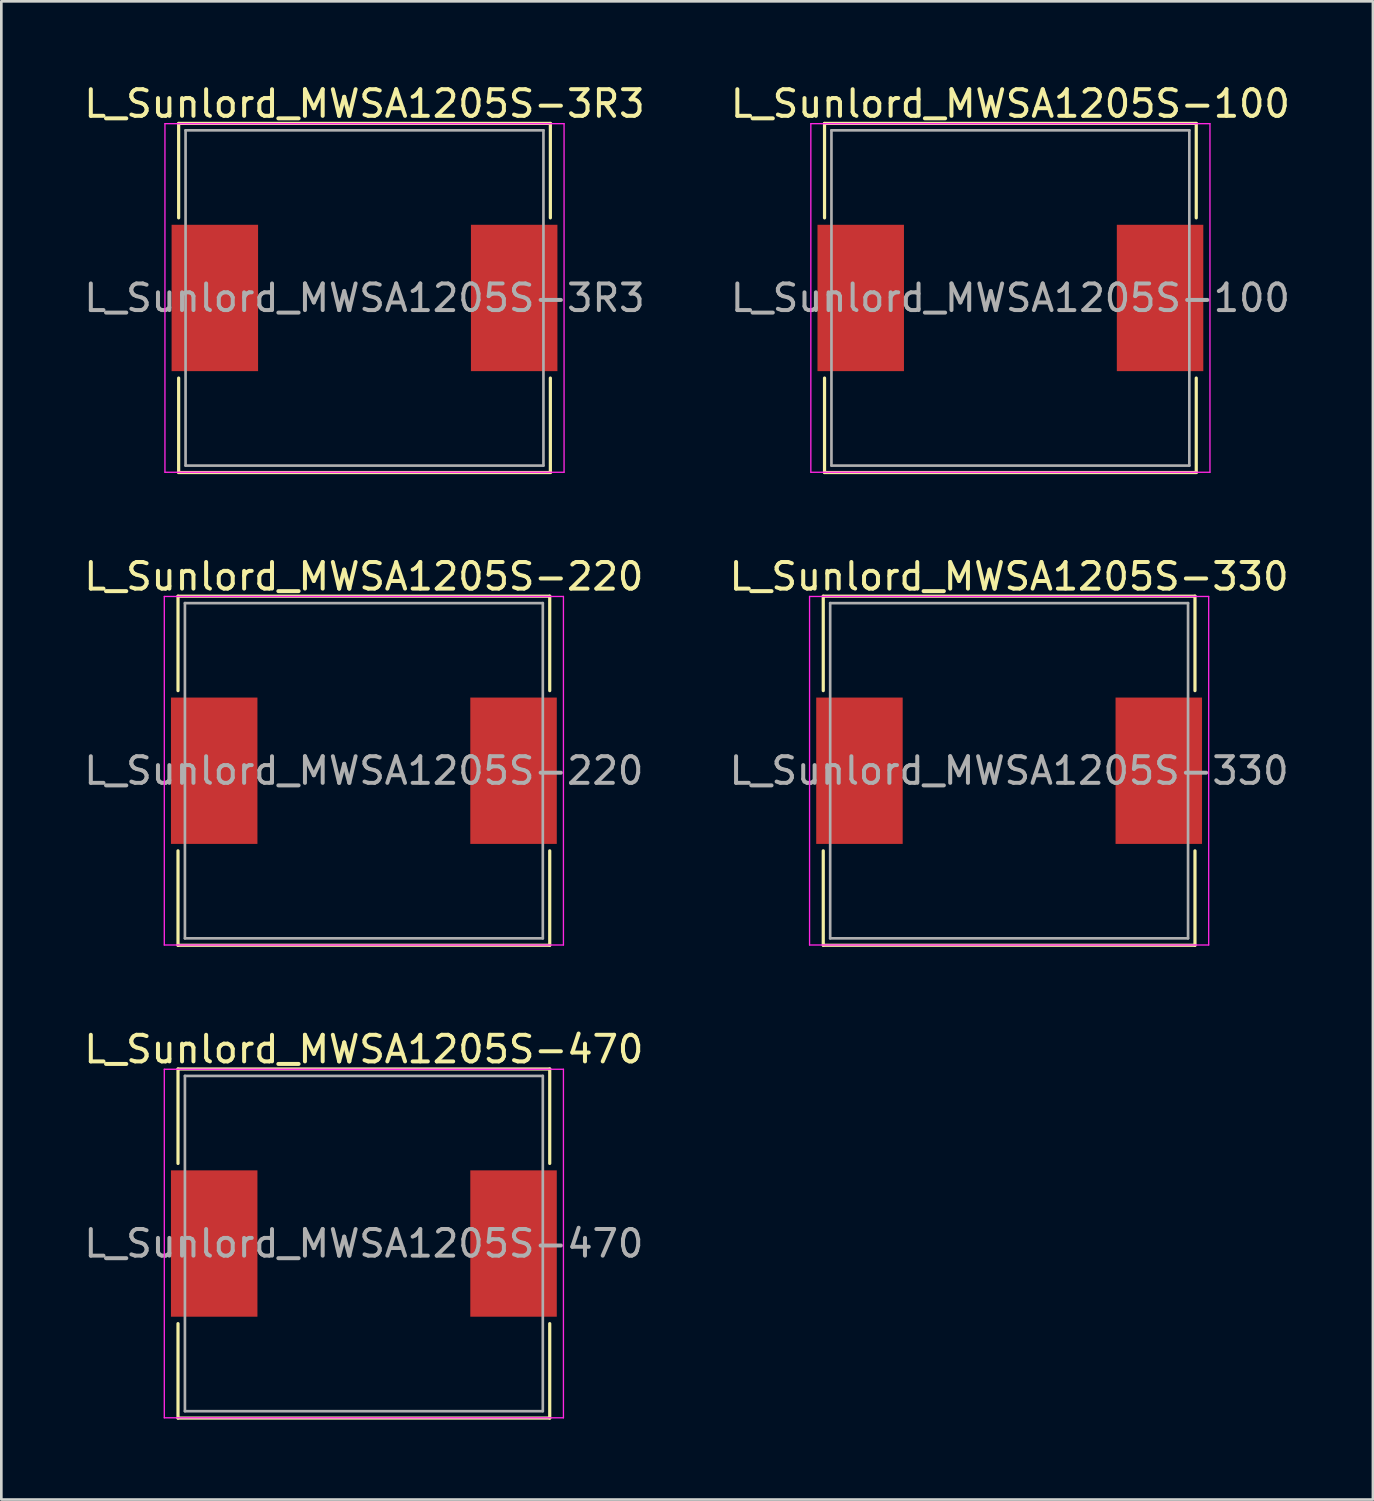
<source format=kicad_pcb>
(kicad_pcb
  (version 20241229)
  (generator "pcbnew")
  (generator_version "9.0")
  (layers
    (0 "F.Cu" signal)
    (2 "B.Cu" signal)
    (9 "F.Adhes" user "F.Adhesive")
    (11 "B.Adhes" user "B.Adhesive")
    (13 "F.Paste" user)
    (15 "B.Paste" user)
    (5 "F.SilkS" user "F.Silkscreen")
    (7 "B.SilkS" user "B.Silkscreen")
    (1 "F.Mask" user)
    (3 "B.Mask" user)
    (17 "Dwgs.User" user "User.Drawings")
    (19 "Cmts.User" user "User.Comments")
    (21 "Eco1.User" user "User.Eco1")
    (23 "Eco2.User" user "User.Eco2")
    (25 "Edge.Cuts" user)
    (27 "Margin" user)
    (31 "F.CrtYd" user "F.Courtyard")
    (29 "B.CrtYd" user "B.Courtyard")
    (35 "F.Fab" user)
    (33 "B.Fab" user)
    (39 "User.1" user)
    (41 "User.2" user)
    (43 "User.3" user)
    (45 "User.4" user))
  (footprint "L_Sunlord_MWSA1205S-470"
    (layer "F.Cu")
    (at 10.625 43.685)
    (property "Reference" "L_Sunlord_MWSA1205S-470" (at 0 -7.3 0) (layer "F.SilkS") (effects (font (size 1 1) (thickness 0.15))))
    (attr smd)
    (fp_line (start -6.985 -6.56) (end -6.985 -3.01) (stroke (width 0.12) (type solid)) (layer "F.SilkS"))
    (fp_line (start -6.985 -6.56) (end 6.985 -6.56) (stroke (width 0.12) (type solid)) (layer "F.SilkS"))
    (fp_line (start -6.985 6.56) (end -6.985 3.01) (stroke (width 0.12) (type solid)) (layer "F.SilkS"))
    (fp_line (start -6.985 6.56) (end 6.985 6.56) (stroke (width 0.12) (type solid)) (layer "F.SilkS"))
    (fp_line (start 6.985 -6.56) (end 6.985 -3.01) (stroke (width 0.12) (type solid)) (layer "F.SilkS"))
    (fp_line (start 6.985 6.56) (end 6.985 3.01) (stroke (width 0.12) (type solid)) (layer "F.SilkS"))
    (fp_line (start -7.5 -6.55) (end -7.5 6.55) (stroke (width 0.05) (type solid)) (layer "F.CrtYd"))
    (fp_line (start -7.5 6.55) (end 7.5 6.55) (stroke (width 0.05) (type solid)) (layer "F.CrtYd"))
    (fp_line (start 7.5 -6.55) (end -7.5 -6.55) (stroke (width 0.05) (type solid)) (layer "F.CrtYd"))
    (fp_line (start 7.5 6.55) (end 7.5 -6.55) (stroke (width 0.05) (type solid)) (layer "F.CrtYd"))
    (fp_line (start -6.725 -6.3) (end -6.725 6.3) (stroke (width 0.1) (type solid)) (layer "F.Fab"))
    (fp_line (start -6.725 6.3) (end 6.725 6.3) (stroke (width 0.1) (type solid)) (layer "F.Fab"))
    (fp_line (start 6.725 -6.3) (end -6.725 -6.3) (stroke (width 0.1) (type solid)) (layer "F.Fab"))
    (fp_line (start 6.725 6.3) (end 6.725 -6.3) (stroke (width 0.1) (type solid)) (layer "F.Fab"))
    (fp_text user "${REFERENCE}" (at 0 0 0) (layer "F.Fab") (effects (font (size 1 1) (thickness 0.15))))
    (pad "1" smd rect (at -5.625 0) (size 3.25 5.5) (layers "F.Cu" "F.Mask" "F.Paste"))
    (pad "2" smd rect (at 5.625 0) (size 3.25 5.5) (layers "F.Cu" "F.Mask" "F.Paste")))
  (footprint "L_Sunlord_MWSA1205S-330"
    (layer "F.Cu")
    (at 34.875 25.916)
    (property "Reference" "L_Sunlord_MWSA1205S-330" (at 0 -7.3 0) (layer "F.SilkS") (effects (font (size 1 1) (thickness 0.15))))
    (attr smd)
    (fp_line (start -6.985 -6.56) (end -6.985 -3.01) (stroke (width 0.12) (type solid)) (layer "F.SilkS"))
    (fp_line (start -6.985 -6.56) (end 6.985 -6.56) (stroke (width 0.12) (type solid)) (layer "F.SilkS"))
    (fp_line (start -6.985 6.56) (end -6.985 3.01) (stroke (width 0.12) (type solid)) (layer "F.SilkS"))
    (fp_line (start -6.985 6.56) (end 6.985 6.56) (stroke (width 0.12) (type solid)) (layer "F.SilkS"))
    (fp_line (start 6.985 -6.56) (end 6.985 -3.01) (stroke (width 0.12) (type solid)) (layer "F.SilkS"))
    (fp_line (start 6.985 6.56) (end 6.985 3.01) (stroke (width 0.12) (type solid)) (layer "F.SilkS"))
    (fp_line (start -7.5 -6.55) (end -7.5 6.55) (stroke (width 0.05) (type solid)) (layer "F.CrtYd"))
    (fp_line (start -7.5 6.55) (end 7.5 6.55) (stroke (width 0.05) (type solid)) (layer "F.CrtYd"))
    (fp_line (start 7.5 -6.55) (end -7.5 -6.55) (stroke (width 0.05) (type solid)) (layer "F.CrtYd"))
    (fp_line (start 7.5 6.55) (end 7.5 -6.55) (stroke (width 0.05) (type solid)) (layer "F.CrtYd"))
    (fp_line (start -6.725 -6.3) (end -6.725 6.3) (stroke (width 0.1) (type solid)) (layer "F.Fab"))
    (fp_line (start -6.725 6.3) (end 6.725 6.3) (stroke (width 0.1) (type solid)) (layer "F.Fab"))
    (fp_line (start 6.725 -6.3) (end -6.725 -6.3) (stroke (width 0.1) (type solid)) (layer "F.Fab"))
    (fp_line (start 6.725 6.3) (end 6.725 -6.3) (stroke (width 0.1) (type solid)) (layer "F.Fab"))
    (fp_text user "${REFERENCE}" (at 0 0 0) (layer "F.Fab") (effects (font (size 1 1) (thickness 0.15))))
    (pad "1" smd rect (at -5.625 0) (size 3.25 5.5) (layers "F.Cu" "F.Mask" "F.Paste"))
    (pad "2" smd rect (at 5.625 0) (size 3.25 5.5) (layers "F.Cu" "F.Mask" "F.Paste")))
  (footprint "L_Sunlord_MWSA1205S-3R3"
    (layer "F.Cu")
    (at 10.649 8.148)
    (property "Reference" "L_Sunlord_MWSA1205S-3R3" (at 0 -7.3 0) (layer "F.SilkS") (effects (font (size 1 1) (thickness 0.15))))
    (attr smd)
    (fp_line (start -6.985 -6.56) (end -6.985 -3.01) (stroke (width 0.12) (type solid)) (layer "F.SilkS"))
    (fp_line (start -6.985 -6.56) (end 6.985 -6.56) (stroke (width 0.12) (type solid)) (layer "F.SilkS"))
    (fp_line (start -6.985 6.56) (end -6.985 3.01) (stroke (width 0.12) (type solid)) (layer "F.SilkS"))
    (fp_line (start -6.985 6.56) (end 6.985 6.56) (stroke (width 0.12) (type solid)) (layer "F.SilkS"))
    (fp_line (start 6.985 -6.56) (end 6.985 -3.01) (stroke (width 0.12) (type solid)) (layer "F.SilkS"))
    (fp_line (start 6.985 6.56) (end 6.985 3.01) (stroke (width 0.12) (type solid)) (layer "F.SilkS"))
    (fp_line (start -7.5 -6.55) (end -7.5 6.55) (stroke (width 0.05) (type solid)) (layer "F.CrtYd"))
    (fp_line (start -7.5 6.55) (end 7.5 6.55) (stroke (width 0.05) (type solid)) (layer "F.CrtYd"))
    (fp_line (start 7.5 -6.55) (end -7.5 -6.55) (stroke (width 0.05) (type solid)) (layer "F.CrtYd"))
    (fp_line (start 7.5 6.55) (end 7.5 -6.55) (stroke (width 0.05) (type solid)) (layer "F.CrtYd"))
    (fp_line (start -6.725 -6.3) (end -6.725 6.3) (stroke (width 0.1) (type solid)) (layer "F.Fab"))
    (fp_line (start -6.725 6.3) (end 6.725 6.3) (stroke (width 0.1) (type solid)) (layer "F.Fab"))
    (fp_line (start 6.725 -6.3) (end -6.725 -6.3) (stroke (width 0.1) (type solid)) (layer "F.Fab"))
    (fp_line (start 6.725 6.3) (end 6.725 -6.3) (stroke (width 0.1) (type solid)) (layer "F.Fab"))
    (fp_text user "${REFERENCE}" (at 0 0 0) (layer "F.Fab") (effects (font (size 1 1) (thickness 0.15))))
    (pad "1" smd rect (at -5.625 0) (size 3.25 5.5) (layers "F.Cu" "F.Mask" "F.Paste"))
    (pad "2" smd rect (at 5.625 0) (size 3.25 5.5) (layers "F.Cu" "F.Mask" "F.Paste")))
  (footprint "L_Sunlord_MWSA1205S-100"
    (layer "F.Cu")
    (at 34.923 8.148)
    (property "Reference" "L_Sunlord_MWSA1205S-100" (at 0 -7.3 0) (layer "F.SilkS") (effects (font (size 1 1) (thickness 0.15))))
    (attr smd)
    (fp_line (start -6.985 -6.56) (end -6.985 -3.01) (stroke (width 0.12) (type solid)) (layer "F.SilkS"))
    (fp_line (start -6.985 -6.56) (end 6.985 -6.56) (stroke (width 0.12) (type solid)) (layer "F.SilkS"))
    (fp_line (start -6.985 6.56) (end -6.985 3.01) (stroke (width 0.12) (type solid)) (layer "F.SilkS"))
    (fp_line (start -6.985 6.56) (end 6.985 6.56) (stroke (width 0.12) (type solid)) (layer "F.SilkS"))
    (fp_line (start 6.985 -6.56) (end 6.985 -3.01) (stroke (width 0.12) (type solid)) (layer "F.SilkS"))
    (fp_line (start 6.985 6.56) (end 6.985 3.01) (stroke (width 0.12) (type solid)) (layer "F.SilkS"))
    (fp_line (start -7.5 -6.55) (end -7.5 6.55) (stroke (width 0.05) (type solid)) (layer "F.CrtYd"))
    (fp_line (start -7.5 6.55) (end 7.5 6.55) (stroke (width 0.05) (type solid)) (layer "F.CrtYd"))
    (fp_line (start 7.5 -6.55) (end -7.5 -6.55) (stroke (width 0.05) (type solid)) (layer "F.CrtYd"))
    (fp_line (start 7.5 6.55) (end 7.5 -6.55) (stroke (width 0.05) (type solid)) (layer "F.CrtYd"))
    (fp_line (start -6.725 -6.3) (end -6.725 6.3) (stroke (width 0.1) (type solid)) (layer "F.Fab"))
    (fp_line (start -6.725 6.3) (end 6.725 6.3) (stroke (width 0.1) (type solid)) (layer "F.Fab"))
    (fp_line (start 6.725 -6.3) (end -6.725 -6.3) (stroke (width 0.1) (type solid)) (layer "F.Fab"))
    (fp_line (start 6.725 6.3) (end 6.725 -6.3) (stroke (width 0.1) (type solid)) (layer "F.Fab"))
    (fp_text user "${REFERENCE}" (at 0 0 0) (layer "F.Fab") (effects (font (size 1 1) (thickness 0.15))))
    (pad "1" smd rect (at -5.625 0) (size 3.25 5.5) (layers "F.Cu" "F.Mask" "F.Paste"))
    (pad "2" smd rect (at 5.625 0) (size 3.25 5.5) (layers "F.Cu" "F.Mask" "F.Paste")))
  (footprint "L_Sunlord_MWSA1205S-220"
    (layer "F.Cu")
    (at 10.625 25.916)
    (property "Reference" "L_Sunlord_MWSA1205S-220" (at 0 -7.3 0) (layer "F.SilkS") (effects (font (size 1 1) (thickness 0.15))))
    (attr smd)
    (fp_line (start -6.985 -6.56) (end -6.985 -3.01) (stroke (width 0.12) (type solid)) (layer "F.SilkS"))
    (fp_line (start -6.985 -6.56) (end 6.985 -6.56) (stroke (width 0.12) (type solid)) (layer "F.SilkS"))
    (fp_line (start -6.985 6.56) (end -6.985 3.01) (stroke (width 0.12) (type solid)) (layer "F.SilkS"))
    (fp_line (start -6.985 6.56) (end 6.985 6.56) (stroke (width 0.12) (type solid)) (layer "F.SilkS"))
    (fp_line (start 6.985 -6.56) (end 6.985 -3.01) (stroke (width 0.12) (type solid)) (layer "F.SilkS"))
    (fp_line (start 6.985 6.56) (end 6.985 3.01) (stroke (width 0.12) (type solid)) (layer "F.SilkS"))
    (fp_line (start -7.5 -6.55) (end -7.5 6.55) (stroke (width 0.05) (type solid)) (layer "F.CrtYd"))
    (fp_line (start -7.5 6.55) (end 7.5 6.55) (stroke (width 0.05) (type solid)) (layer "F.CrtYd"))
    (fp_line (start 7.5 -6.55) (end -7.5 -6.55) (stroke (width 0.05) (type solid)) (layer "F.CrtYd"))
    (fp_line (start 7.5 6.55) (end 7.5 -6.55) (stroke (width 0.05) (type solid)) (layer "F.CrtYd"))
    (fp_line (start -6.725 -6.3) (end -6.725 6.3) (stroke (width 0.1) (type solid)) (layer "F.Fab"))
    (fp_line (start -6.725 6.3) (end 6.725 6.3) (stroke (width 0.1) (type solid)) (layer "F.Fab"))
    (fp_line (start 6.725 -6.3) (end -6.725 -6.3) (stroke (width 0.1) (type solid)) (layer "F.Fab"))
    (fp_line (start 6.725 6.3) (end 6.725 -6.3) (stroke (width 0.1) (type solid)) (layer "F.Fab"))
    (fp_text user "${REFERENCE}" (at 0 0 0) (layer "F.Fab") (effects (font (size 1 1) (thickness 0.15))))
    (pad "1" smd rect (at -5.625 0) (size 3.25 5.5) (layers "F.Cu" "F.Mask" "F.Paste"))
    (pad "2" smd rect (at 5.625 0) (size 3.25 5.5) (layers "F.Cu" "F.Mask" "F.Paste")))
  (gr_rect
    (start -3 -3)
    (end 48.548 53.305)
    (stroke (width 0.1) (type default))
    (fill no)
    (layer "Edge.Cuts")))
</source>
